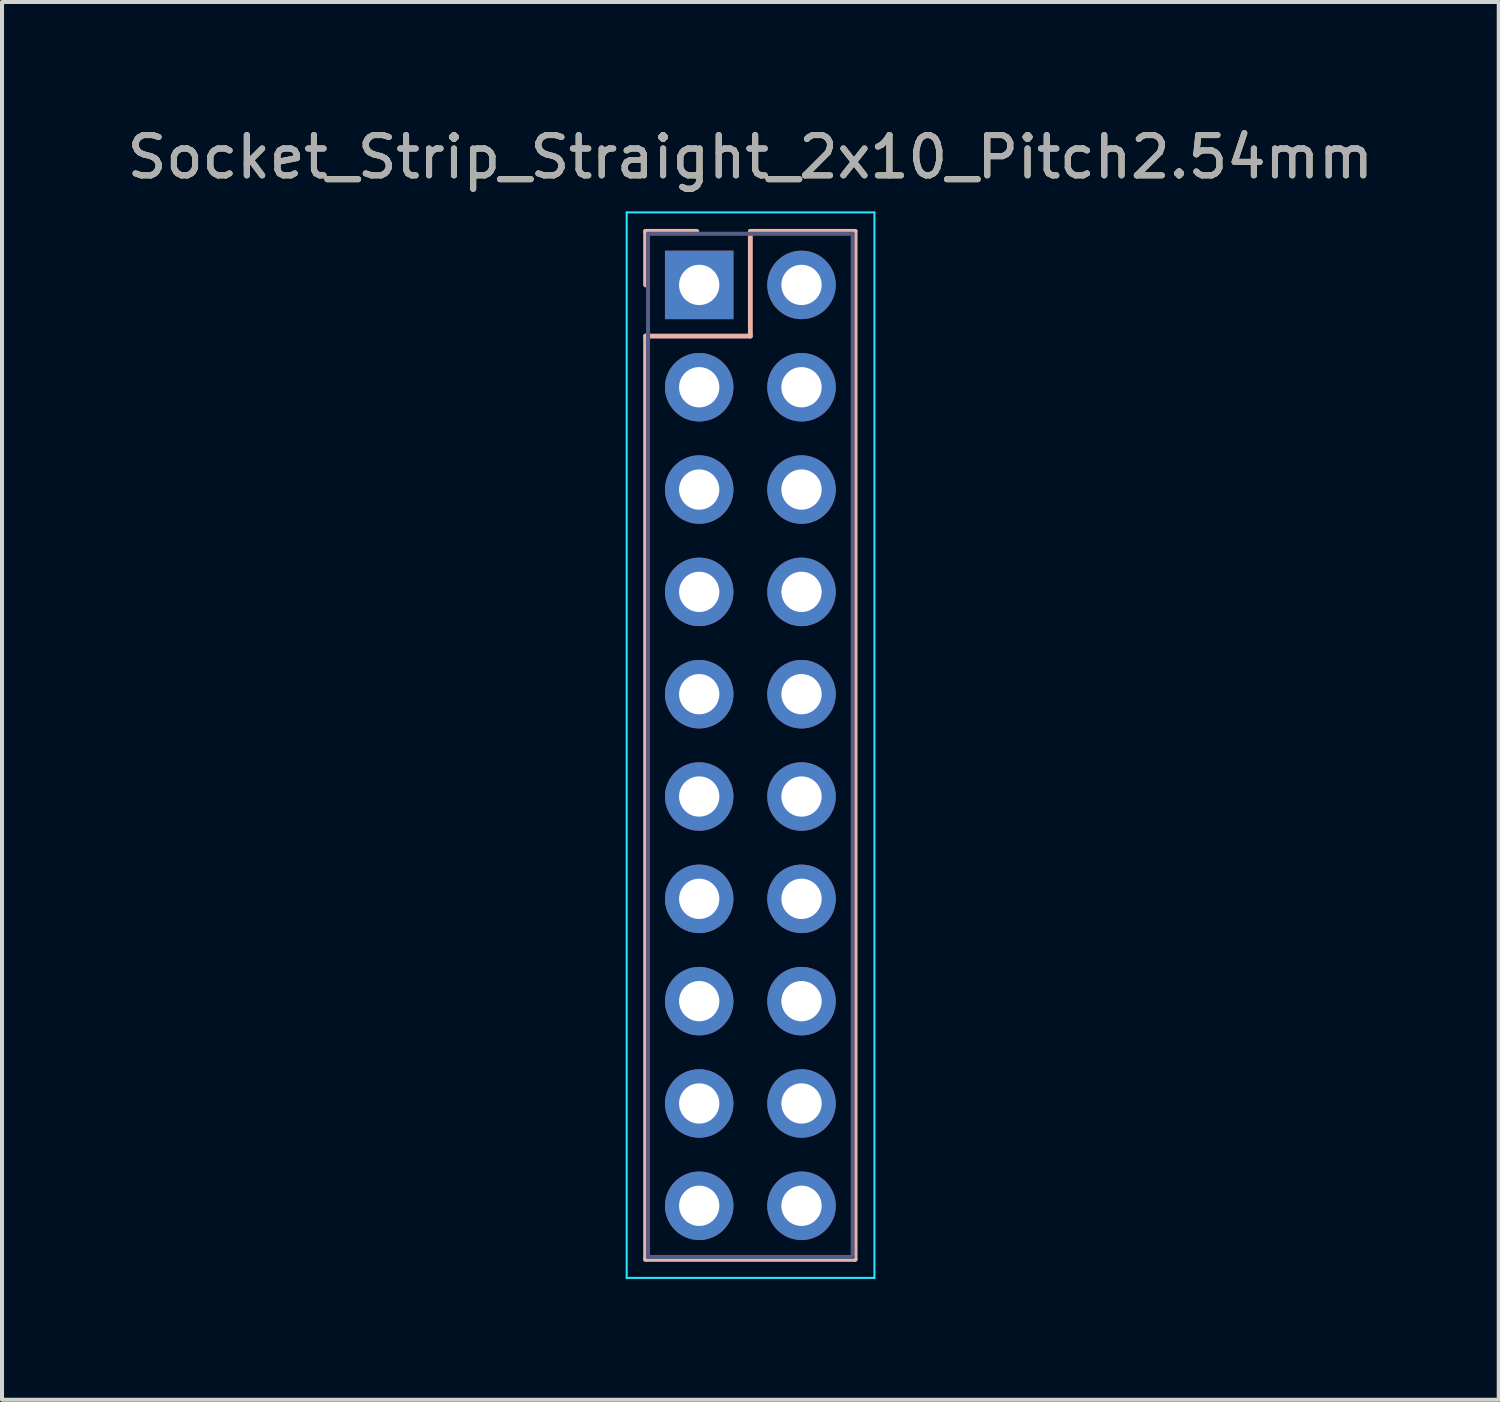
<source format=kicad_pcb>
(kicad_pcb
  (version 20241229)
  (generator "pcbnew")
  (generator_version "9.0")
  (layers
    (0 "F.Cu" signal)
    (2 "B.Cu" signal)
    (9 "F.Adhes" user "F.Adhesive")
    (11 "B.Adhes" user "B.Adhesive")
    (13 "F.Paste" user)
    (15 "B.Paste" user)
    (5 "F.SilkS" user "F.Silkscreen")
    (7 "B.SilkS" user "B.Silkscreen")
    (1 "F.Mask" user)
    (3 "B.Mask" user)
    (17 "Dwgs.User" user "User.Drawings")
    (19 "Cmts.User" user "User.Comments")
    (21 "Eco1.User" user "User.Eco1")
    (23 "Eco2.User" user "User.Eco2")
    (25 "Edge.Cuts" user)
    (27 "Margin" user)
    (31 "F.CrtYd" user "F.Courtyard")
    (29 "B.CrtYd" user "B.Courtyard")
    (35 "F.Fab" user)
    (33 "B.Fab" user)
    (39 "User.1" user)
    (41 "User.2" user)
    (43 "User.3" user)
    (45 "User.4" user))
  (footprint "Socket_Strip_Straight_2x10_Pitch2.54mm"
    (layer "F.Cu")
    (at 14.307 4.023)
    (property "Reference" "Socket_Strip_Straight_2x10_Pitch2.54mm" (at 1.27 -3.175 0) (layer "F.SilkS") (effects (font (size 1 1) (thickness 0.15))))
    (attr through_hole)
    (fp_line (start -1.33 -1.33) (end -0.06 -1.33) (stroke (width 0.12) (type solid)) (layer "B.SilkS"))
    (fp_line (start -1.33 0) (end -1.33 -1.33) (stroke (width 0.12) (type solid)) (layer "B.SilkS"))
    (fp_line (start -1.33 1.27) (end -1.33 24.19) (stroke (width 0.12) (type solid)) (layer "B.SilkS"))
    (fp_line (start -1.33 24.19) (end 3.87 24.19) (stroke (width 0.12) (type solid)) (layer "B.SilkS"))
    (fp_line (start 1.27 -1.33) (end 1.27 1.27) (stroke (width 0.12) (type solid)) (layer "B.SilkS"))
    (fp_line (start 1.27 1.27) (end -1.33 1.27) (stroke (width 0.12) (type solid)) (layer "B.SilkS"))
    (fp_line (start 3.87 -1.33) (end 1.27 -1.33) (stroke (width 0.12) (type solid)) (layer "B.SilkS"))
    (fp_line (start 3.87 24.19) (end 3.87 -1.33) (stroke (width 0.12) (type solid)) (layer "B.SilkS"))
    (fp_line (start -1.8 -1.8) (end 4.35 -1.8) (stroke (width 0.05) (type solid)) (layer "B.CrtYd"))
    (fp_line (start -1.8 24.65) (end -1.8 -1.8) (stroke (width 0.05) (type solid)) (layer "B.CrtYd"))
    (fp_line (start 4.35 -1.8) (end 4.35 24.65) (stroke (width 0.05) (type solid)) (layer "B.CrtYd"))
    (fp_line (start 4.35 24.65) (end -1.8 24.65) (stroke (width 0.05) (type solid)) (layer "B.CrtYd"))
    (fp_line (start -1.27 -1.27) (end 3.81 -1.27) (stroke (width 0.1) (type solid)) (layer "B.Fab"))
    (fp_line (start -1.27 24.13) (end -1.27 -1.27) (stroke (width 0.1) (type solid)) (layer "B.Fab"))
    (fp_line (start 3.81 -1.27) (end 3.81 24.13) (stroke (width 0.1) (type solid)) (layer "B.Fab"))
    (fp_line (start 3.81 24.13) (end -1.27 24.13) (stroke (width 0.1) (type solid)) (layer "B.Fab"))
    (fp_text user "${REFERENCE}" (at 1.27 -3.175 180) (layer "F.Fab") (effects (font (size 1 1) (thickness 0.15))))
    (pad "1" thru_hole rect (at 0 0 180) (size 1.7 1.7) (drill 1) (layers "*.Cu" "*.Mask"))
    (pad "2" thru_hole oval (at 2.54 0 180) (size 1.7 1.7) (drill 1) (layers "*.Cu" "*.Mask"))
    (pad "3" thru_hole oval (at 0 2.54 180) (size 1.7 1.7) (drill 1) (layers "*.Cu" "*.Mask"))
    (pad "4" thru_hole oval (at 2.54 2.54 180) (size 1.7 1.7) (drill 1) (layers "*.Cu" "*.Mask"))
    (pad "5" thru_hole oval (at 0 5.08 180) (size 1.7 1.7) (drill 1) (layers "*.Cu" "*.Mask"))
    (pad "6" thru_hole oval (at 2.54 5.08 180) (size 1.7 1.7) (drill 1) (layers "*.Cu" "*.Mask"))
    (pad "7" thru_hole oval (at 0 7.62 180) (size 1.7 1.7) (drill 1) (layers "*.Cu" "*.Mask"))
    (pad "8" thru_hole oval (at 2.54 7.62 180) (size 1.7 1.7) (drill 1) (layers "*.Cu" "*.Mask"))
    (pad "9" thru_hole oval (at 0 10.16 180) (size 1.7 1.7) (drill 1) (layers "*.Cu" "*.Mask"))
    (pad "10" thru_hole oval (at 2.54 10.16 180) (size 1.7 1.7) (drill 1) (layers "*.Cu" "*.Mask"))
    (pad "11" thru_hole oval (at 0 12.7 180) (size 1.7 1.7) (drill 1) (layers "*.Cu" "*.Mask"))
    (pad "12" thru_hole oval (at 2.54 12.7 180) (size 1.7 1.7) (drill 1) (layers "*.Cu" "*.Mask"))
    (pad "13" thru_hole oval (at 0 15.24 180) (size 1.7 1.7) (drill 1) (layers "*.Cu" "*.Mask"))
    (pad "14" thru_hole oval (at 2.54 15.24 180) (size 1.7 1.7) (drill 1) (layers "*.Cu" "*.Mask"))
    (pad "15" thru_hole oval (at 0 17.78 180) (size 1.7 1.7) (drill 1) (layers "*.Cu" "*.Mask"))
    (pad "16" thru_hole oval (at 2.54 17.78 180) (size 1.7 1.7) (drill 1) (layers "*.Cu" "*.Mask"))
    (pad "17" thru_hole oval (at 0 20.32 180) (size 1.7 1.7) (drill 1) (layers "*.Cu" "*.Mask"))
    (pad "18" thru_hole oval (at 2.54 20.32 180) (size 1.7 1.7) (drill 1) (layers "*.Cu" "*.Mask"))
    (pad "19" thru_hole oval (at 0 22.86 180) (size 1.7 1.7) (drill 1) (layers "*.Cu" "*.Mask"))
    (pad "20" thru_hole oval (at 2.54 22.86 180) (size 1.7 1.7) (drill 1) (layers "*.Cu" "*.Mask")))
  (gr_rect
    (start -3 -3)
    (end 34.155 31.698)
    (stroke (width 0.1) (type default))
    (fill no)
    (layer "Edge.Cuts")))
</source>
